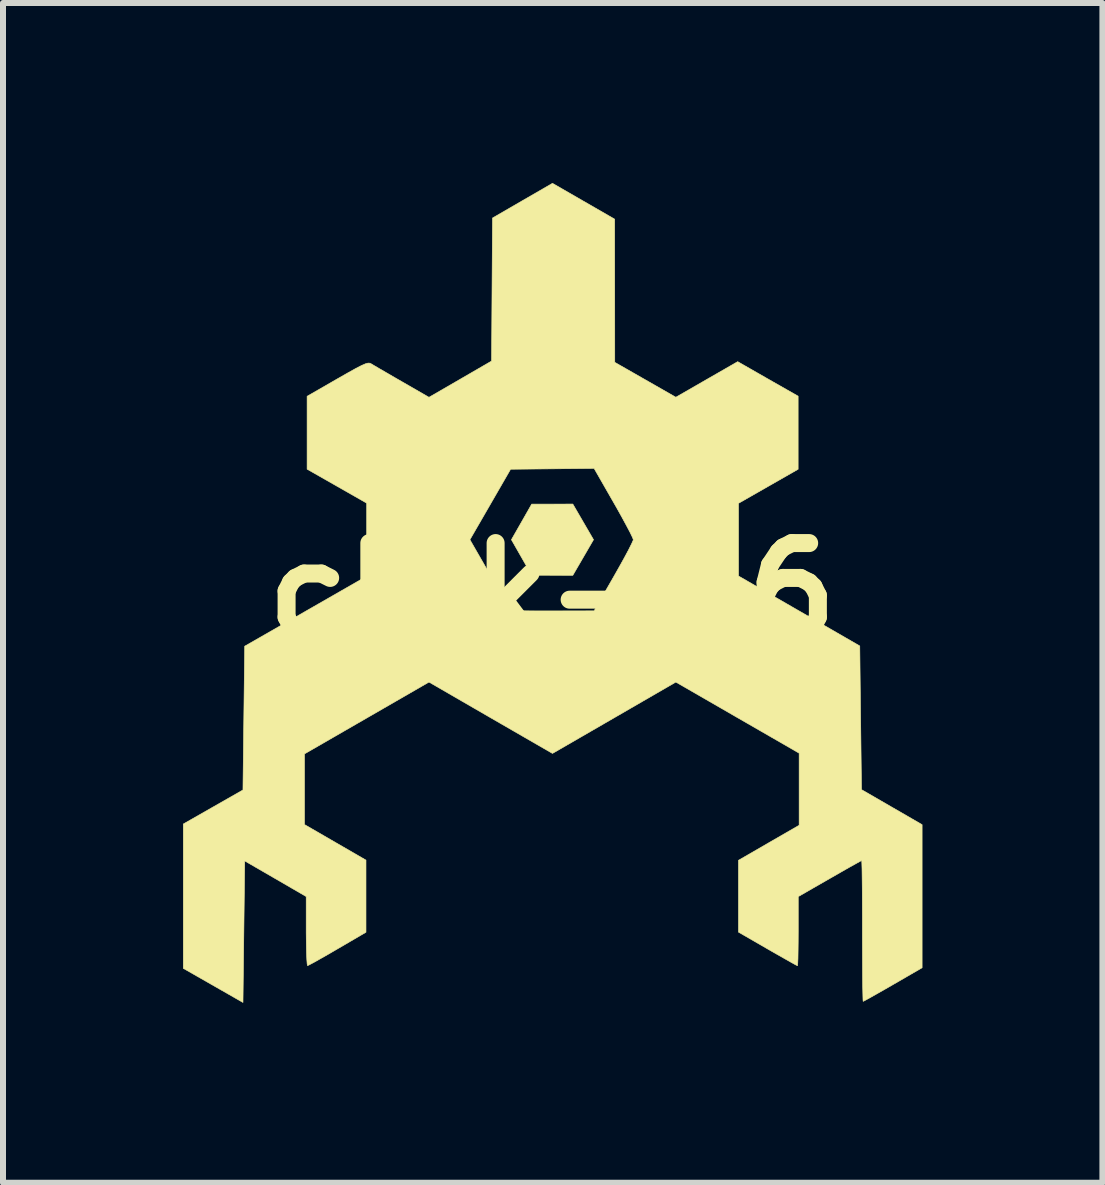
<source format=kicad_pcb>
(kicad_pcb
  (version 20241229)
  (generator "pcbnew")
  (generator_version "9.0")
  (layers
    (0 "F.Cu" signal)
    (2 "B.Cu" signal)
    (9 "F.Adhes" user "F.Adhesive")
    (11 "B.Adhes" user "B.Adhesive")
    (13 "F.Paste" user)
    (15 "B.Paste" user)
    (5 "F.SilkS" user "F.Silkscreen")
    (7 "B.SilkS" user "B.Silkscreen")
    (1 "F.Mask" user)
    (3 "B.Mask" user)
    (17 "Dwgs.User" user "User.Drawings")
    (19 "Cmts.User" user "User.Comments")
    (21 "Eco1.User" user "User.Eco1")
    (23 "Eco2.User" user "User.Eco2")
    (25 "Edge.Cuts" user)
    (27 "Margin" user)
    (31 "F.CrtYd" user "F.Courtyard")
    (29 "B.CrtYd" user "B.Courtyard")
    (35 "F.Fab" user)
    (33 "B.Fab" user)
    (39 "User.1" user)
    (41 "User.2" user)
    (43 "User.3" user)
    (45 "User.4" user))
  (footprint "clek-16"
    (layer "F.Cu")
    (at 6.153 6.835)
    (property "Reference" "clek-16" (at 0 0 0) (layer "F.SilkS") (effects (font (size 1.524 1.524) (thickness 0.3))))
    (attr through_hole)
    (fp_poly (pts (xy 0.688 -0.891) (xy 0.343 -0.297) (xy 0.001 -0.298) (xy -0.342 -0.299) (xy -0.511 -0.595) (xy -0.68 -0.891) (xy -0.511 -1.187) (xy -0.342 -1.484) (xy 0.001 -1.484) (xy 0.343 -1.485) (xy 0.688 -0.891)) (stroke (width 0.01) (type solid)) (fill yes) (layer "F.SilkS"))
    (fp_poly (pts (xy 1.04 -6.233) (xy 1.042 -3.847) (xy 2.06 -3.265) (xy 3.091 -3.858) (xy 3.594 -3.57) (xy 4.098 -3.283) (xy 4.098 -2.065) (xy 3.104 -1.497) (xy 3.104 -0.286) (xy 4.115 0.297) (xy 5.125 0.88) (xy 5.139 2.077) (xy 5.154 3.274) (xy 5.659 3.566) (xy 6.164 3.858) (xy 6.164 6.243) (xy 5.68 6.523) (xy 5.527 6.611) (xy 5.393 6.687) (xy 5.285 6.748) (xy 5.212 6.788) (xy 5.182 6.803) (xy 5.182 6.803) (xy 5.179 6.774) (xy 5.177 6.693) (xy 5.174 6.564) (xy 5.172 6.395) (xy 5.171 6.192) (xy 5.17 5.961) (xy 5.169 5.709) (xy 5.169 5.63) (xy 5.169 5.372) (xy 5.168 5.134) (xy 5.167 4.922) (xy 5.165 4.742) (xy 5.163 4.601) (xy 5.16 4.504) (xy 5.158 4.459) (xy 5.157 4.456) (xy 5.129 4.47) (xy 5.057 4.51) (xy 4.949 4.57) (xy 4.814 4.647) (xy 4.659 4.736) (xy 4.622 4.757) (xy 4.1 5.057) (xy 4.1 5.633) (xy 4.099 5.811) (xy 4.097 5.966) (xy 4.095 6.09) (xy 4.091 6.174) (xy 4.087 6.208) (xy 4.087 6.209) (xy 4.058 6.195) (xy 3.986 6.155) (xy 3.88 6.095) (xy 3.746 6.019) (xy 3.594 5.932) (xy 3.589 5.929) (xy 3.104 5.649) (xy 3.104 4.452) (xy 3.609 4.16) (xy 4.115 3.868) (xy 4.115 2.667) (xy 3.654 2.401) (xy 3.477 2.299) (xy 3.267 2.178) (xy 3.041 2.048) (xy 2.818 1.919) (xy 2.627 1.809) (xy 2.06 1.482) (xy 1.032 2.077) (xy 0.004 2.671) (xy -1.025 2.077) (xy -2.054 1.482) (xy -3.092 2.081) (xy -4.129 2.679) (xy -4.129 3.856) (xy -3.104 4.449) (xy -3.104 5.651) (xy -3.58 5.929) (xy -3.731 6.017) (xy -3.865 6.093) (xy -3.973 6.154) (xy -4.047 6.193) (xy -4.077 6.208) (xy -4.084 6.18) (xy -4.09 6.102) (xy -4.095 5.982) (xy -4.098 5.83) (xy -4.1 5.655) (xy -4.1 5.632) (xy -4.1 5.056) (xy -4.612 4.759) (xy -5.125 4.462) (xy -5.154 6.821) (xy -6.148 6.253) (xy -6.148 3.847) (xy -5.154 3.28) (xy -5.125 0.884) (xy -4.108 0.301) (xy -3.092 -0.282) (xy -3.092 -0.891) (xy -1.372 -0.891) (xy -1.069 -0.364) (xy -0.974 -0.2) (xy -0.888 -0.05) (xy -0.814 0.077) (xy -0.759 0.172) (xy -0.727 0.226) (xy -0.724 0.23) (xy -0.709 0.251) (xy -0.69 0.268) (xy -0.658 0.279) (xy -0.607 0.288) (xy -0.529 0.293) (xy -0.417 0.295) (xy -0.262 0.296) (xy -0.057 0.296) (xy 0.008 0.296) (xy 0.698 0.295) (xy 1.025 -0.275) (xy 1.12 -0.443) (xy 1.205 -0.596) (xy 1.274 -0.725) (xy 1.323 -0.823) (xy 1.349 -0.881) (xy 1.352 -0.891) (xy 1.337 -0.93) (xy 1.298 -1.011) (xy 1.236 -1.128) (xy 1.158 -1.272) (xy 1.067 -1.435) (xy 1.025 -1.508) (xy 0.698 -2.079) (xy -0.694 -2.065) (xy -1.033 -1.478) (xy -1.372 -0.891) (xy -3.092 -0.891) (xy -3.092 -1.5) (xy -3.588 -1.783) (xy -4.085 -2.066) (xy -4.085 -3.281) (xy -3.581 -3.571) (xy -3.406 -3.671) (xy -3.275 -3.744) (xy -3.18 -3.793) (xy -3.114 -3.822) (xy -3.069 -3.834) (xy -3.037 -3.832) (xy -3.017 -3.822) (xy -2.972 -3.795) (xy -2.885 -3.744) (xy -2.766 -3.675) (xy -2.625 -3.593) (xy -2.505 -3.524) (xy -2.054 -3.264) (xy -1.532 -3.566) (xy -1.011 -3.868) (xy -1.003 -5.06) (xy -0.995 -6.252) (xy -0.496 -6.541) (xy 0.004 -6.83) (xy 1.04 -6.233)) (stroke (width 0.01) (type solid)) (fill yes) (layer "F.SilkS")))
  (gr_rect
    (start -3 -3)
    (end 15.322 16.661)
    (stroke (width 0.1) (type default))
    (fill no)
    (layer "Edge.Cuts")))
</source>
